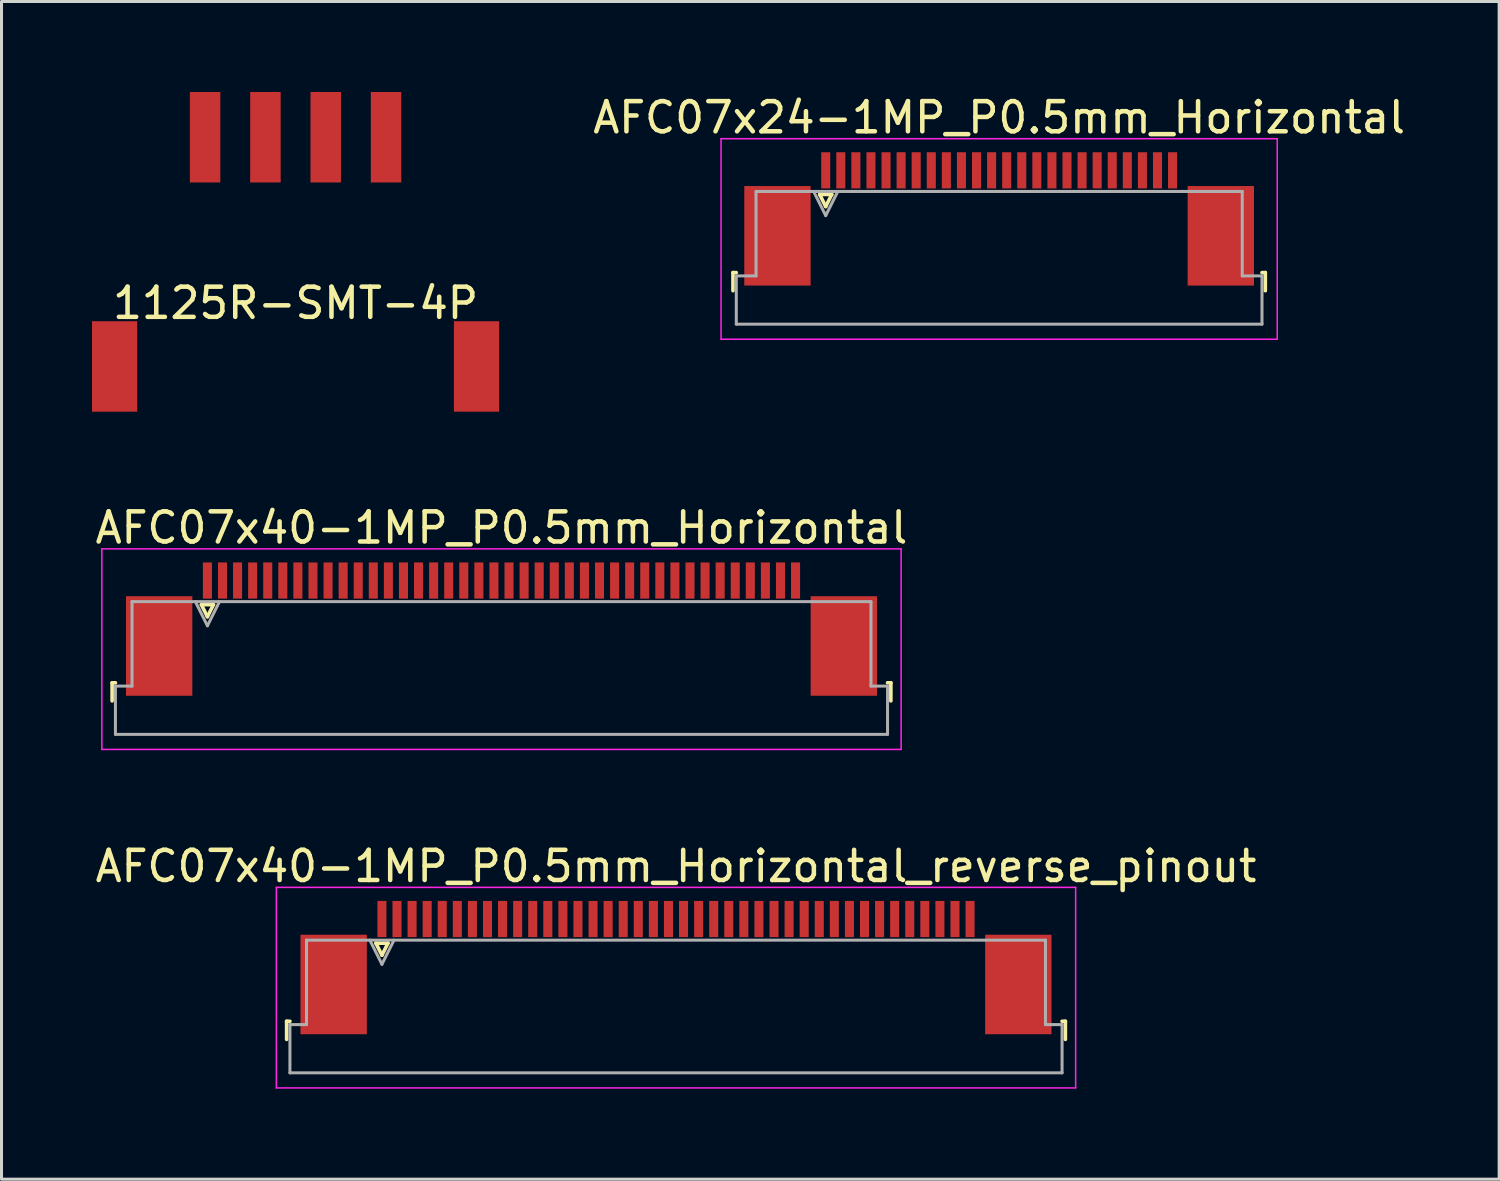
<source format=kicad_pcb>
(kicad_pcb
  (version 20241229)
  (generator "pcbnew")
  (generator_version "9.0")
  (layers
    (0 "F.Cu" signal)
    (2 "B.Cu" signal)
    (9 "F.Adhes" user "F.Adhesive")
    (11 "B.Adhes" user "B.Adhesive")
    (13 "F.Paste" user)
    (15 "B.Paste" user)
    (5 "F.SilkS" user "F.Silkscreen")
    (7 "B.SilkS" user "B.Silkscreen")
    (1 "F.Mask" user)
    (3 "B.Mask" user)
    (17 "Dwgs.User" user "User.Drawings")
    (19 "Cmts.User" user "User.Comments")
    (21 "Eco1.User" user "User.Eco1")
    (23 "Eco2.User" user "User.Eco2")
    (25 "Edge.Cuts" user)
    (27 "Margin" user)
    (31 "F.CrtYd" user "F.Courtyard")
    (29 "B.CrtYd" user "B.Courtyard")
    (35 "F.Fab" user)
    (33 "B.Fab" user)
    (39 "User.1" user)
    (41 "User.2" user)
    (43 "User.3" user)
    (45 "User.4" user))
  (footprint "1125R-SMT-4P"
    (layer "F.Cu")
    (at 6.75 6.5)
    (property "Reference" "1125R-SMT-4P" (at 0 0.5 0) (layer "F.SilkS") (effects (font (size 1 1) (thickness 0.15))))
    (attr through_hole)
    (pad "1" smd rect (at -3 -5) (size 1.01 3) (layers "F.Cu" "F.Mask" "F.Paste"))
    (pad "2" smd rect (at -1 -5) (size 1.01 3) (layers "F.Cu" "F.Mask" "F.Paste"))
    (pad "3" smd rect (at 1 -5) (size 1.01 3) (layers "F.Cu" "F.Mask" "F.Paste"))
    (pad "4" smd rect (at 3 -5) (size 1.01 3) (layers "F.Cu" "F.Mask" "F.Paste"))
    (pad "MT" smd rect (at -6 2.6) (size 1.5 3) (layers "F.Cu" "F.Mask" "F.Paste"))
    (pad "MT" smd rect (at 6 2.6) (size 1.5 3) (layers "F.Cu" "F.Mask" "F.Paste")))
  (footprint "AFC07x24-1MP_P0.5mm_Horizontal"
    (layer "F.Cu")
    (at 30.077 3.948)
    (property "Reference" "AFC07x24-1MP_P0.5mm_Horizontal" (at 0 -3.1 0) (layer "F.SilkS") (effects (font (size 1 1) (thickness 0.15))))
    (attr smd)
    (fp_line (start -8.825 2.04) (end -8.825 2.64) (stroke (width 0.12) (type solid)) (layer "F.SilkS"))
    (fp_line (start -8.715 2.04) (end -8.825 2.04) (stroke (width 0.12) (type solid)) (layer "F.SilkS"))
    (fp_line (start -5.95 -0.55) (end -5.75 -0.15) (stroke (width 0.12) (type solid)) (layer "F.SilkS"))
    (fp_line (start -5.75 -0.15) (end -5.55 -0.55) (stroke (width 0.12) (type solid)) (layer "F.SilkS"))
    (fp_line (start -5.55 -0.55) (end -5.95 -0.55) (stroke (width 0.12) (type solid)) (layer "F.SilkS"))
    (fp_line (start 8.715 2.04) (end 8.825 2.04) (stroke (width 0.12) (type solid)) (layer "F.SilkS"))
    (fp_line (start 8.825 2.04) (end 8.825 2.64) (stroke (width 0.12) (type solid)) (layer "F.SilkS"))
    (fp_line (start -9.22 -2.4) (end -9.22 4.25) (stroke (width 0.05) (type solid)) (layer "F.CrtYd"))
    (fp_line (start -9.22 4.25) (end 9.22 4.25) (stroke (width 0.05) (type solid)) (layer "F.CrtYd"))
    (fp_line (start 9.22 -2.4) (end -9.22 -2.4) (stroke (width 0.05) (type solid)) (layer "F.CrtYd"))
    (fp_line (start 9.22 4.25) (end 9.22 -2.4) (stroke (width 0.05) (type solid)) (layer "F.CrtYd"))
    (fp_line (start -8.715 2.15) (end -8.06 2.15) (stroke (width 0.1) (type solid)) (layer "F.Fab"))
    (fp_line (start -8.715 3.75) (end -8.715 2.15) (stroke (width 0.1) (type solid)) (layer "F.Fab"))
    (fp_line (start -8.06 -0.65) (end 8.06 -0.65) (stroke (width 0.1) (type solid)) (layer "F.Fab"))
    (fp_line (start -8.06 2.15) (end -8.06 -0.65) (stroke (width 0.1) (type solid)) (layer "F.Fab"))
    (fp_line (start -6.15 -0.65) (end -5.75 0.15) (stroke (width 0.1) (type solid)) (layer "F.Fab"))
    (fp_line (start -5.75 0.15) (end -5.35 -0.65) (stroke (width 0.1) (type solid)) (layer "F.Fab"))
    (fp_line (start 8.06 -0.65) (end 8.06 2.15) (stroke (width 0.1) (type solid)) (layer "F.Fab"))
    (fp_line (start 8.06 2.15) (end 8.715 2.15) (stroke (width 0.1) (type solid)) (layer "F.Fab"))
    (fp_line (start 8.715 2.15) (end 8.715 3.75) (stroke (width 0.1) (type solid)) (layer "F.Fab"))
    (fp_line (start 8.715 3.75) (end -8.715 3.75) (stroke (width 0.1) (type solid)) (layer "F.Fab"))
    (pad "1" smd rect (at -5.75 -1.35) (size 0.3 1.2) (layers "F.Cu" "F.Mask" "F.Paste"))
    (pad "2" smd rect (at -5.25 -1.35) (size 0.3 1.2) (layers "F.Cu" "F.Mask" "F.Paste"))
    (pad "3" smd rect (at -4.75 -1.35) (size 0.3 1.2) (layers "F.Cu" "F.Mask" "F.Paste"))
    (pad "4" smd rect (at -4.25 -1.35) (size 0.3 1.2) (layers "F.Cu" "F.Mask" "F.Paste"))
    (pad "5" smd rect (at -3.75 -1.35) (size 0.3 1.2) (layers "F.Cu" "F.Mask" "F.Paste"))
    (pad "6" smd rect (at -3.25 -1.35) (size 0.3 1.2) (layers "F.Cu" "F.Mask" "F.Paste"))
    (pad "7" smd rect (at -2.75 -1.35) (size 0.3 1.2) (layers "F.Cu" "F.Mask" "F.Paste"))
    (pad "8" smd rect (at -2.25 -1.35) (size 0.3 1.2) (layers "F.Cu" "F.Mask" "F.Paste"))
    (pad "9" smd rect (at -1.75 -1.35) (size 0.3 1.2) (layers "F.Cu" "F.Mask" "F.Paste"))
    (pad "10" smd rect (at -1.25 -1.35) (size 0.3 1.2) (layers "F.Cu" "F.Mask" "F.Paste"))
    (pad "11" smd rect (at -0.75 -1.35) (size 0.3 1.2) (layers "F.Cu" "F.Mask" "F.Paste"))
    (pad "12" smd rect (at -0.25 -1.35) (size 0.3 1.2) (layers "F.Cu" "F.Mask" "F.Paste"))
    (pad "13" smd rect (at 0.25 -1.35) (size 0.3 1.2) (layers "F.Cu" "F.Mask" "F.Paste"))
    (pad "14" smd rect (at 0.75 -1.35) (size 0.3 1.2) (layers "F.Cu" "F.Mask" "F.Paste"))
    (pad "15" smd rect (at 1.25 -1.35) (size 0.3 1.2) (layers "F.Cu" "F.Mask" "F.Paste"))
    (pad "16" smd rect (at 1.75 -1.35) (size 0.3 1.2) (layers "F.Cu" "F.Mask" "F.Paste"))
    (pad "17" smd rect (at 2.25 -1.35) (size 0.3 1.2) (layers "F.Cu" "F.Mask" "F.Paste"))
    (pad "18" smd rect (at 2.75 -1.35) (size 0.3 1.2) (layers "F.Cu" "F.Mask" "F.Paste"))
    (pad "19" smd rect (at 3.25 -1.35) (size 0.3 1.2) (layers "F.Cu" "F.Mask" "F.Paste"))
    (pad "20" smd rect (at 3.75 -1.35) (size 0.3 1.2) (layers "F.Cu" "F.Mask" "F.Paste"))
    (pad "21" smd rect (at 4.25 -1.35) (size 0.3 1.2) (layers "F.Cu" "F.Mask" "F.Paste"))
    (pad "22" smd rect (at 4.75 -1.35) (size 0.3 1.2) (layers "F.Cu" "F.Mask" "F.Paste"))
    (pad "23" smd rect (at 5.25 -1.35) (size 0.3 1.2) (layers "F.Cu" "F.Mask" "F.Paste"))
    (pad "24" smd rect (at 5.75 -1.35) (size 0.3 1.2) (layers "F.Cu" "F.Mask" "F.Paste"))
    (pad "MP" smd rect (at -7.35 0.82) (size 2.2 3.3) (layers "F.Cu" "F.Mask" "F.Paste"))
    (pad "MP" smd rect (at 7.35 0.82) (size 2.2 3.3) (layers "F.Cu" "F.Mask" "F.Paste")))
  (footprint "AFC07x40-1MP_P0.5mm_Horizontal_reverse_pinout"
    (layer "F.Cu")
    (at 19.363 28.771)
    (property "Reference" "AFC07x40-1MP_P0.5mm_Horizontal_reverse_pinout" (at 0 -3.1 0) (layer "F.SilkS") (effects (font (size 1 1) (thickness 0.15))))
    (attr smd)
    (fp_line (start -12.91 2.04) (end -12.91 2.64) (stroke (width 0.12) (type solid)) (layer "F.SilkS"))
    (fp_line (start -12.8 2.04) (end -12.91 2.04) (stroke (width 0.12) (type solid)) (layer "F.SilkS"))
    (fp_line (start -9.95 -0.55) (end -9.75 -0.15) (stroke (width 0.12) (type solid)) (layer "F.SilkS"))
    (fp_line (start -9.75 -0.15) (end -9.55 -0.55) (stroke (width 0.12) (type solid)) (layer "F.SilkS"))
    (fp_line (start -9.55 -0.55) (end -9.95 -0.55) (stroke (width 0.12) (type solid)) (layer "F.SilkS"))
    (fp_line (start 12.8 2.04) (end 12.91 2.04) (stroke (width 0.12) (type solid)) (layer "F.SilkS"))
    (fp_line (start 12.91 2.04) (end 12.91 2.64) (stroke (width 0.12) (type solid)) (layer "F.SilkS"))
    (fp_line (start -13.25 -2.4) (end -13.25 4.25) (stroke (width 0.05) (type solid)) (layer "F.CrtYd"))
    (fp_line (start -13.25 4.25) (end 13.25 4.25) (stroke (width 0.05) (type solid)) (layer "F.CrtYd"))
    (fp_line (start 13.25 -2.4) (end -13.25 -2.4) (stroke (width 0.05) (type solid)) (layer "F.CrtYd"))
    (fp_line (start 13.25 4.25) (end 13.25 -2.4) (stroke (width 0.05) (type solid)) (layer "F.CrtYd"))
    (fp_line (start -12.8 2.15) (end -12.25 2.15) (stroke (width 0.1) (type solid)) (layer "F.Fab"))
    (fp_line (start -12.8 3.75) (end -12.8 2.15) (stroke (width 0.1) (type solid)) (layer "F.Fab"))
    (fp_line (start -12.25 -0.65) (end 12.25 -0.65) (stroke (width 0.1) (type solid)) (layer "F.Fab"))
    (fp_line (start -12.25 2.15) (end -12.25 -0.65) (stroke (width 0.1) (type solid)) (layer "F.Fab"))
    (fp_line (start -10.15 -0.65) (end -9.75 0.15) (stroke (width 0.1) (type solid)) (layer "F.Fab"))
    (fp_line (start -9.75 0.15) (end -9.35 -0.65) (stroke (width 0.1) (type solid)) (layer "F.Fab"))
    (fp_line (start 12.25 -0.65) (end 12.25 2.15) (stroke (width 0.1) (type solid)) (layer "F.Fab"))
    (fp_line (start 12.25 2.15) (end 12.8 2.15) (stroke (width 0.1) (type solid)) (layer "F.Fab"))
    (fp_line (start 12.8 2.15) (end 12.8 3.75) (stroke (width 0.1) (type solid)) (layer "F.Fab"))
    (fp_line (start 12.8 3.75) (end -12.8 3.75) (stroke (width 0.1) (type solid)) (layer "F.Fab"))
    (pad "1" smd rect (at 9.75 -1.35) (size 0.3 1.2) (layers "F.Cu" "F.Mask" "F.Paste"))
    (pad "2" smd rect (at 9.25 -1.35) (size 0.3 1.2) (layers "F.Cu" "F.Mask" "F.Paste"))
    (pad "3" smd rect (at 8.75 -1.35) (size 0.3 1.2) (layers "F.Cu" "F.Mask" "F.Paste"))
    (pad "4" smd rect (at 8.25 -1.35) (size 0.3 1.2) (layers "F.Cu" "F.Mask" "F.Paste"))
    (pad "5" smd rect (at 7.75 -1.35) (size 0.3 1.2) (layers "F.Cu" "F.Mask" "F.Paste"))
    (pad "6" smd rect (at 7.25 -1.35) (size 0.3 1.2) (layers "F.Cu" "F.Mask" "F.Paste"))
    (pad "7" smd rect (at 6.75 -1.35) (size 0.3 1.2) (layers "F.Cu" "F.Mask" "F.Paste"))
    (pad "8" smd rect (at 6.25 -1.35) (size 0.3 1.2) (layers "F.Cu" "F.Mask" "F.Paste"))
    (pad "9" smd rect (at 5.75 -1.35) (size 0.3 1.2) (layers "F.Cu" "F.Mask" "F.Paste"))
    (pad "10" smd rect (at 5.25 -1.35) (size 0.3 1.2) (layers "F.Cu" "F.Mask" "F.Paste"))
    (pad "11" smd rect (at 4.75 -1.35) (size 0.3 1.2) (layers "F.Cu" "F.Mask" "F.Paste"))
    (pad "12" smd rect (at 4.25 -1.35) (size 0.3 1.2) (layers "F.Cu" "F.Mask" "F.Paste"))
    (pad "13" smd rect (at 3.75 -1.35) (size 0.3 1.2) (layers "F.Cu" "F.Mask" "F.Paste"))
    (pad "14" smd rect (at 3.25 -1.35) (size 0.3 1.2) (layers "F.Cu" "F.Mask" "F.Paste"))
    (pad "15" smd rect (at 2.75 -1.35) (size 0.3 1.2) (layers "F.Cu" "F.Mask" "F.Paste"))
    (pad "16" smd rect (at 2.25 -1.35) (size 0.3 1.2) (layers "F.Cu" "F.Mask" "F.Paste"))
    (pad "17" smd rect (at 1.75 -1.35) (size 0.3 1.2) (layers "F.Cu" "F.Mask" "F.Paste"))
    (pad "18" smd rect (at 1.25 -1.35) (size 0.3 1.2) (layers "F.Cu" "F.Mask" "F.Paste"))
    (pad "19" smd rect (at 0.75 -1.35) (size 0.3 1.2) (layers "F.Cu" "F.Mask" "F.Paste"))
    (pad "20" smd rect (at 0.25 -1.35) (size 0.3 1.2) (layers "F.Cu" "F.Mask" "F.Paste"))
    (pad "21" smd rect (at -0.25 -1.35) (size 0.3 1.2) (layers "F.Cu" "F.Mask" "F.Paste"))
    (pad "22" smd rect (at -0.75 -1.35) (size 0.3 1.2) (layers "F.Cu" "F.Mask" "F.Paste"))
    (pad "23" smd rect (at -1.25 -1.35) (size 0.3 1.2) (layers "F.Cu" "F.Mask" "F.Paste"))
    (pad "24" smd rect (at -1.75 -1.35) (size 0.3 1.2) (layers "F.Cu" "F.Mask" "F.Paste"))
    (pad "25" smd rect (at -2.25 -1.35) (size 0.3 1.2) (layers "F.Cu" "F.Mask" "F.Paste"))
    (pad "26" smd rect (at -2.75 -1.35) (size 0.3 1.2) (layers "F.Cu" "F.Mask" "F.Paste"))
    (pad "27" smd rect (at -3.25 -1.35) (size 0.3 1.2) (layers "F.Cu" "F.Mask" "F.Paste"))
    (pad "28" smd rect (at -3.75 -1.35) (size 0.3 1.2) (layers "F.Cu" "F.Mask" "F.Paste"))
    (pad "29" smd rect (at -4.25 -1.35) (size 0.3 1.2) (layers "F.Cu" "F.Mask" "F.Paste"))
    (pad "30" smd rect (at -4.75 -1.35) (size 0.3 1.2) (layers "F.Cu" "F.Mask" "F.Paste"))
    (pad "31" smd rect (at -5.25 -1.35) (size 0.3 1.2) (layers "F.Cu" "F.Mask" "F.Paste"))
    (pad "32" smd rect (at -5.75 -1.35) (size 0.3 1.2) (layers "F.Cu" "F.Mask" "F.Paste"))
    (pad "33" smd rect (at -6.25 -1.35) (size 0.3 1.2) (layers "F.Cu" "F.Mask" "F.Paste"))
    (pad "34" smd rect (at -6.75 -1.35) (size 0.3 1.2) (layers "F.Cu" "F.Mask" "F.Paste"))
    (pad "35" smd rect (at -7.25 -1.35) (size 0.3 1.2) (layers "F.Cu" "F.Mask" "F.Paste"))
    (pad "36" smd rect (at -7.75 -1.35) (size 0.3 1.2) (layers "F.Cu" "F.Mask" "F.Paste"))
    (pad "37" smd rect (at -8.25 -1.35) (size 0.3 1.2) (layers "F.Cu" "F.Mask" "F.Paste"))
    (pad "38" smd rect (at -8.75 -1.35) (size 0.3 1.2) (layers "F.Cu" "F.Mask" "F.Paste"))
    (pad "39" smd rect (at -9.25 -1.35) (size 0.3 1.2) (layers "F.Cu" "F.Mask" "F.Paste"))
    (pad "40" smd rect (at -9.75 -1.35) (size 0.3 1.2) (layers "F.Cu" "F.Mask" "F.Paste"))
    (pad "MP" smd rect (at -11.35 0.82) (size 2.2 3.3) (layers "F.Cu" "F.Mask" "F.Paste"))
    (pad "MP" smd rect (at 11.35 0.82) (size 2.2 3.3) (layers "F.Cu" "F.Mask" "F.Paste")))
  (footprint "AFC07x40-1MP_P0.5mm_Horizontal"
    (layer "F.Cu")
    (at 13.577 17.548)
    (property "Reference" "AFC07x40-1MP_P0.5mm_Horizontal" (at 0 -3.1 0) (layer "F.SilkS") (effects (font (size 1 1) (thickness 0.15))))
    (attr smd)
    (fp_line (start -12.91 2.04) (end -12.91 2.64) (stroke (width 0.12) (type solid)) (layer "F.SilkS"))
    (fp_line (start -12.8 2.04) (end -12.91 2.04) (stroke (width 0.12) (type solid)) (layer "F.SilkS"))
    (fp_line (start -9.95 -0.55) (end -9.75 -0.15) (stroke (width 0.12) (type solid)) (layer "F.SilkS"))
    (fp_line (start -9.75 -0.15) (end -9.55 -0.55) (stroke (width 0.12) (type solid)) (layer "F.SilkS"))
    (fp_line (start -9.55 -0.55) (end -9.95 -0.55) (stroke (width 0.12) (type solid)) (layer "F.SilkS"))
    (fp_line (start 12.8 2.04) (end 12.91 2.04) (stroke (width 0.12) (type solid)) (layer "F.SilkS"))
    (fp_line (start 12.91 2.04) (end 12.91 2.64) (stroke (width 0.12) (type solid)) (layer "F.SilkS"))
    (fp_line (start -13.25 -2.4) (end -13.25 4.25) (stroke (width 0.05) (type solid)) (layer "F.CrtYd"))
    (fp_line (start -13.25 4.25) (end 13.25 4.25) (stroke (width 0.05) (type solid)) (layer "F.CrtYd"))
    (fp_line (start 13.25 -2.4) (end -13.25 -2.4) (stroke (width 0.05) (type solid)) (layer "F.CrtYd"))
    (fp_line (start 13.25 4.25) (end 13.25 -2.4) (stroke (width 0.05) (type solid)) (layer "F.CrtYd"))
    (fp_line (start -12.8 2.15) (end -12.25 2.15) (stroke (width 0.1) (type solid)) (layer "F.Fab"))
    (fp_line (start -12.8 3.75) (end -12.8 2.15) (stroke (width 0.1) (type solid)) (layer "F.Fab"))
    (fp_line (start -12.25 -0.65) (end 12.25 -0.65) (stroke (width 0.1) (type solid)) (layer "F.Fab"))
    (fp_line (start -12.25 2.15) (end -12.25 -0.65) (stroke (width 0.1) (type solid)) (layer "F.Fab"))
    (fp_line (start -10.15 -0.65) (end -9.75 0.15) (stroke (width 0.1) (type solid)) (layer "F.Fab"))
    (fp_line (start -9.75 0.15) (end -9.35 -0.65) (stroke (width 0.1) (type solid)) (layer "F.Fab"))
    (fp_line (start 12.25 -0.65) (end 12.25 2.15) (stroke (width 0.1) (type solid)) (layer "F.Fab"))
    (fp_line (start 12.25 2.15) (end 12.8 2.15) (stroke (width 0.1) (type solid)) (layer "F.Fab"))
    (fp_line (start 12.8 2.15) (end 12.8 3.75) (stroke (width 0.1) (type solid)) (layer "F.Fab"))
    (fp_line (start 12.8 3.75) (end -12.8 3.75) (stroke (width 0.1) (type solid)) (layer "F.Fab"))
    (pad "1" smd rect (at -9.75 -1.35) (size 0.3 1.2) (layers "F.Cu" "F.Mask" "F.Paste"))
    (pad "2" smd rect (at -9.25 -1.35) (size 0.3 1.2) (layers "F.Cu" "F.Mask" "F.Paste"))
    (pad "3" smd rect (at -8.75 -1.35) (size 0.3 1.2) (layers "F.Cu" "F.Mask" "F.Paste"))
    (pad "4" smd rect (at -8.25 -1.35) (size 0.3 1.2) (layers "F.Cu" "F.Mask" "F.Paste"))
    (pad "5" smd rect (at -7.75 -1.35) (size 0.3 1.2) (layers "F.Cu" "F.Mask" "F.Paste"))
    (pad "6" smd rect (at -7.25 -1.35) (size 0.3 1.2) (layers "F.Cu" "F.Mask" "F.Paste"))
    (pad "7" smd rect (at -6.75 -1.35) (size 0.3 1.2) (layers "F.Cu" "F.Mask" "F.Paste"))
    (pad "8" smd rect (at -6.25 -1.35) (size 0.3 1.2) (layers "F.Cu" "F.Mask" "F.Paste"))
    (pad "9" smd rect (at -5.75 -1.35) (size 0.3 1.2) (layers "F.Cu" "F.Mask" "F.Paste"))
    (pad "10" smd rect (at -5.25 -1.35) (size 0.3 1.2) (layers "F.Cu" "F.Mask" "F.Paste"))
    (pad "11" smd rect (at -4.75 -1.35) (size 0.3 1.2) (layers "F.Cu" "F.Mask" "F.Paste"))
    (pad "12" smd rect (at -4.25 -1.35) (size 0.3 1.2) (layers "F.Cu" "F.Mask" "F.Paste"))
    (pad "13" smd rect (at -3.75 -1.35) (size 0.3 1.2) (layers "F.Cu" "F.Mask" "F.Paste"))
    (pad "14" smd rect (at -3.25 -1.35) (size 0.3 1.2) (layers "F.Cu" "F.Mask" "F.Paste"))
    (pad "15" smd rect (at -2.75 -1.35) (size 0.3 1.2) (layers "F.Cu" "F.Mask" "F.Paste"))
    (pad "16" smd rect (at -2.25 -1.35) (size 0.3 1.2) (layers "F.Cu" "F.Mask" "F.Paste"))
    (pad "17" smd rect (at -1.75 -1.35) (size 0.3 1.2) (layers "F.Cu" "F.Mask" "F.Paste"))
    (pad "18" smd rect (at -1.25 -1.35) (size 0.3 1.2) (layers "F.Cu" "F.Mask" "F.Paste"))
    (pad "19" smd rect (at -0.75 -1.35) (size 0.3 1.2) (layers "F.Cu" "F.Mask" "F.Paste"))
    (pad "19" smd rect (at 0.25 -1.35) (size 0.3 1.2) (layers "F.Cu" "F.Mask" "F.Paste"))
    (pad "20" smd rect (at -0.25 -1.35) (size 0.3 1.2) (layers "F.Cu" "F.Mask" "F.Paste"))
    (pad "20" smd rect (at 0.75 -1.35) (size 0.3 1.2) (layers "F.Cu" "F.Mask" "F.Paste"))
    (pad "23" smd rect (at 1.25 -1.35) (size 0.3 1.2) (layers "F.Cu" "F.Mask" "F.Paste"))
    (pad "24" smd rect (at 1.75 -1.35) (size 0.3 1.2) (layers "F.Cu" "F.Mask" "F.Paste"))
    (pad "25" smd rect (at 2.25 -1.35) (size 0.3 1.2) (layers "F.Cu" "F.Mask" "F.Paste"))
    (pad "26" smd rect (at 2.75 -1.35) (size 0.3 1.2) (layers "F.Cu" "F.Mask" "F.Paste"))
    (pad "27" smd rect (at 3.25 -1.35) (size 0.3 1.2) (layers "F.Cu" "F.Mask" "F.Paste"))
    (pad "28" smd rect (at 3.75 -1.35) (size 0.3 1.2) (layers "F.Cu" "F.Mask" "F.Paste"))
    (pad "29" smd rect (at 4.25 -1.35) (size 0.3 1.2) (layers "F.Cu" "F.Mask" "F.Paste"))
    (pad "30" smd rect (at 4.75 -1.35) (size 0.3 1.2) (layers "F.Cu" "F.Mask" "F.Paste"))
    (pad "31" smd rect (at 5.25 -1.35) (size 0.3 1.2) (layers "F.Cu" "F.Mask" "F.Paste"))
    (pad "32" smd rect (at 5.75 -1.35) (size 0.3 1.2) (layers "F.Cu" "F.Mask" "F.Paste"))
    (pad "33" smd rect (at 6.25 -1.35) (size 0.3 1.2) (layers "F.Cu" "F.Mask" "F.Paste"))
    (pad "34" smd rect (at 6.75 -1.35) (size 0.3 1.2) (layers "F.Cu" "F.Mask" "F.Paste"))
    (pad "35" smd rect (at 7.25 -1.35) (size 0.3 1.2) (layers "F.Cu" "F.Mask" "F.Paste"))
    (pad "36" smd rect (at 7.75 -1.35) (size 0.3 1.2) (layers "F.Cu" "F.Mask" "F.Paste"))
    (pad "37" smd rect (at 8.25 -1.35) (size 0.3 1.2) (layers "F.Cu" "F.Mask" "F.Paste"))
    (pad "38" smd rect (at 8.75 -1.35) (size 0.3 1.2) (layers "F.Cu" "F.Mask" "F.Paste"))
    (pad "39" smd rect (at 9.25 -1.35) (size 0.3 1.2) (layers "F.Cu" "F.Mask" "F.Paste"))
    (pad "40" smd rect (at 9.75 -1.35) (size 0.3 1.2) (layers "F.Cu" "F.Mask" "F.Paste"))
    (pad "MP" smd rect (at -11.35 0.82) (size 2.2 3.3) (layers "F.Cu" "F.Mask" "F.Paste"))
    (pad "MP" smd rect (at 11.35 0.82) (size 2.2 3.3) (layers "F.Cu" "F.Mask" "F.Paste")))
  (gr_rect
    (start -3 -3)
    (end 46.655 36.047)
    (stroke (width 0.1) (type default))
    (fill no)
    (layer "Edge.Cuts")))
</source>
